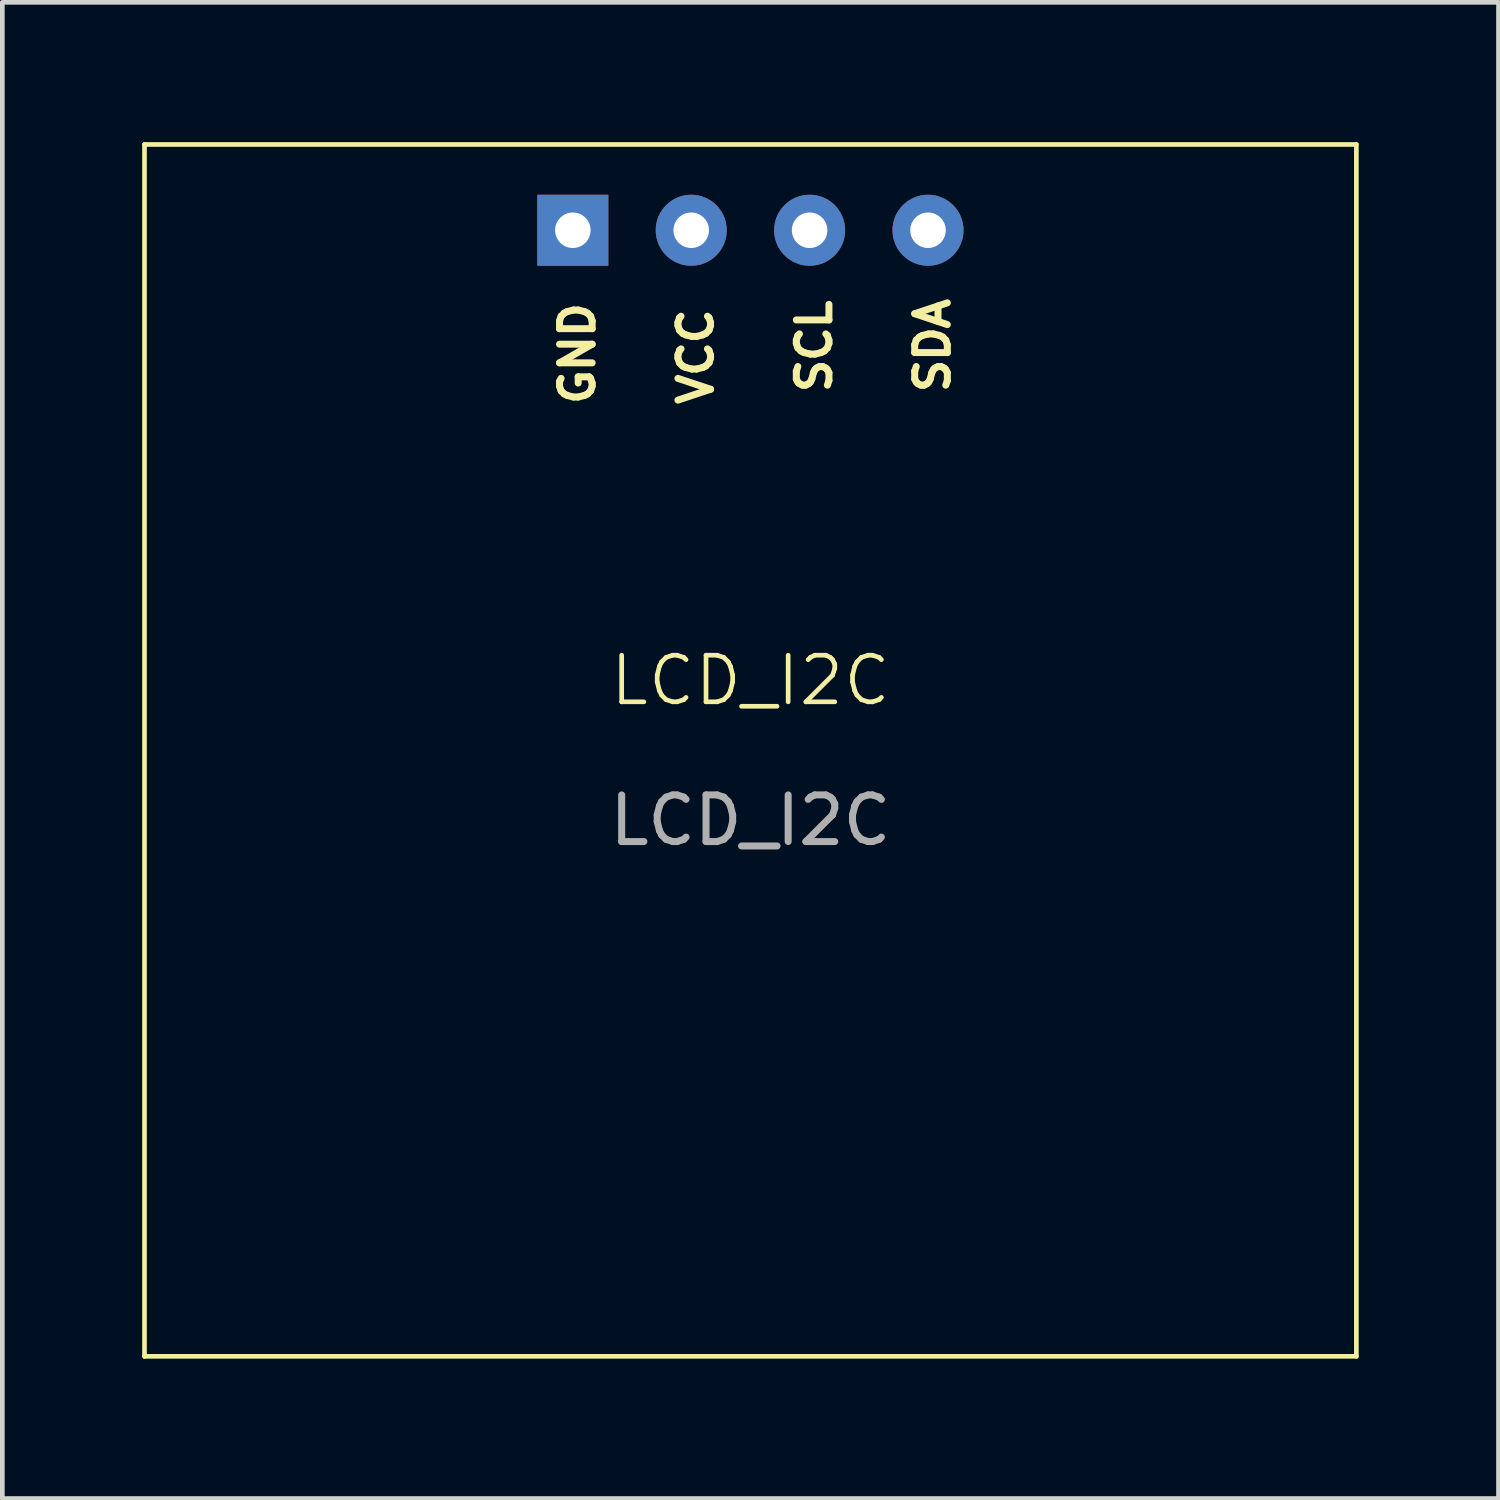
<source format=kicad_pcb>
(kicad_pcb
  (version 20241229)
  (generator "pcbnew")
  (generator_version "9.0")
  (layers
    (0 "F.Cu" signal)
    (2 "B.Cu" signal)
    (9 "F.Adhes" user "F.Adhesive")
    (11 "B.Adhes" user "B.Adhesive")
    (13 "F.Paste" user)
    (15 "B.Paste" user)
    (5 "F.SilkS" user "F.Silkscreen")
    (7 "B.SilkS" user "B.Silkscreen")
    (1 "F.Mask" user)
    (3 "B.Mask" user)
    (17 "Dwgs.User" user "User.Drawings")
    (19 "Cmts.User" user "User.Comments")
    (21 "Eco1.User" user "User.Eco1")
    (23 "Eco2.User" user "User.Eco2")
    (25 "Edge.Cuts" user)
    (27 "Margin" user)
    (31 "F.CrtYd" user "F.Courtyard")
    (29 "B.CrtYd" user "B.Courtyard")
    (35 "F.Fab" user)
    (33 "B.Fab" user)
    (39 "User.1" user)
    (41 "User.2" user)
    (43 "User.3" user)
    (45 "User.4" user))
  (footprint "LCD_I2C"
    (layer "F.Cu")
    (at 13.05 12.05)
    (property "Reference" "LCD_I2C" (at 0 -0.5 0) (unlocked yes) (layer "F.SilkS") (effects (font (size 1 1) (thickness 0.1))))
    (attr through_hole)
    (fp_line (start -13 -12) (end 13 -12) (stroke (width 0.1) (type default)) (layer "F.SilkS"))
    (fp_line (start -13 14) (end -13 -12) (stroke (width 0.1) (type default)) (layer "F.SilkS"))
    (fp_line (start 13 -12) (end 13 14) (stroke (width 0.1) (type default)) (layer "F.SilkS"))
    (fp_line (start 13 14) (end -13 14) (stroke (width 0.1) (type default)) (layer "F.SilkS"))
    (fp_text user "VCC" (at -0.762 -6.35 90) (unlocked yes) (layer "F.SilkS") (effects (font (size 0.7 0.7) (thickness 0.15) (bold yes)) (justify left bottom)))
    (fp_text user "SDA" (at 4.318 -6.604 90) (unlocked yes) (layer "F.SilkS") (effects (font (size 0.7 0.7) (thickness 0.15) (bold yes)) (justify left bottom)))
    (fp_text user "GND" (at -3.302 -6.35 90) (unlocked yes) (layer "F.SilkS") (effects (font (size 0.7 0.7) (thickness 0.15) (bold yes)) (justify left bottom)))
    (fp_text user "SCL" (at 1.778 -6.604 90) (unlocked yes) (layer "F.SilkS") (effects (font (size 0.7 0.7) (thickness 0.15) (bold yes)) (justify left bottom)))
    (fp_text user "${REFERENCE}" (at 0 2.5 0) (unlocked yes) (layer "F.Fab") (effects (font (size 1 1) (thickness 0.15))))
    (pad "1" thru_hole rect (at -3.81 -10.16) (size 1.524 1.524) (drill 0.762) (layers "*.Cu" "*.Mask"))
    (pad "2" thru_hole circle (at -1.27 -10.16) (size 1.524 1.524) (drill 0.762) (layers "*.Cu" "*.Mask"))
    (pad "3" thru_hole circle (at 1.27 -10.16) (size 1.524 1.524) (drill 0.762) (layers "*.Cu" "*.Mask"))
    (pad "4" thru_hole circle (at 3.81 -10.16) (size 1.524 1.524) (drill 0.762) (layers "*.Cu" "*.Mask"))
    (zone (net_name "") (layer "F.SilkS") (hatch edge 0.5) (connect_pads) (min_thickness 0.25) (filled_areas_thickness no) (keepout (tracks allowed) (vias allowed) (pads not_allowed) (copperpour allowed) (footprints not_allowed)) (placement (enabled no)) (fill) (polygon (pts (xy 0.05 0.05) (xy 26.05 0.05) (xy 26.05 26.05) (xy 0.05 26.05)))))
  (gr_rect
    (start -3 -3)
    (end 29.1 29.1)
    (stroke (width 0.1) (type default))
    (fill no)
    (layer "Edge.Cuts")))
</source>
